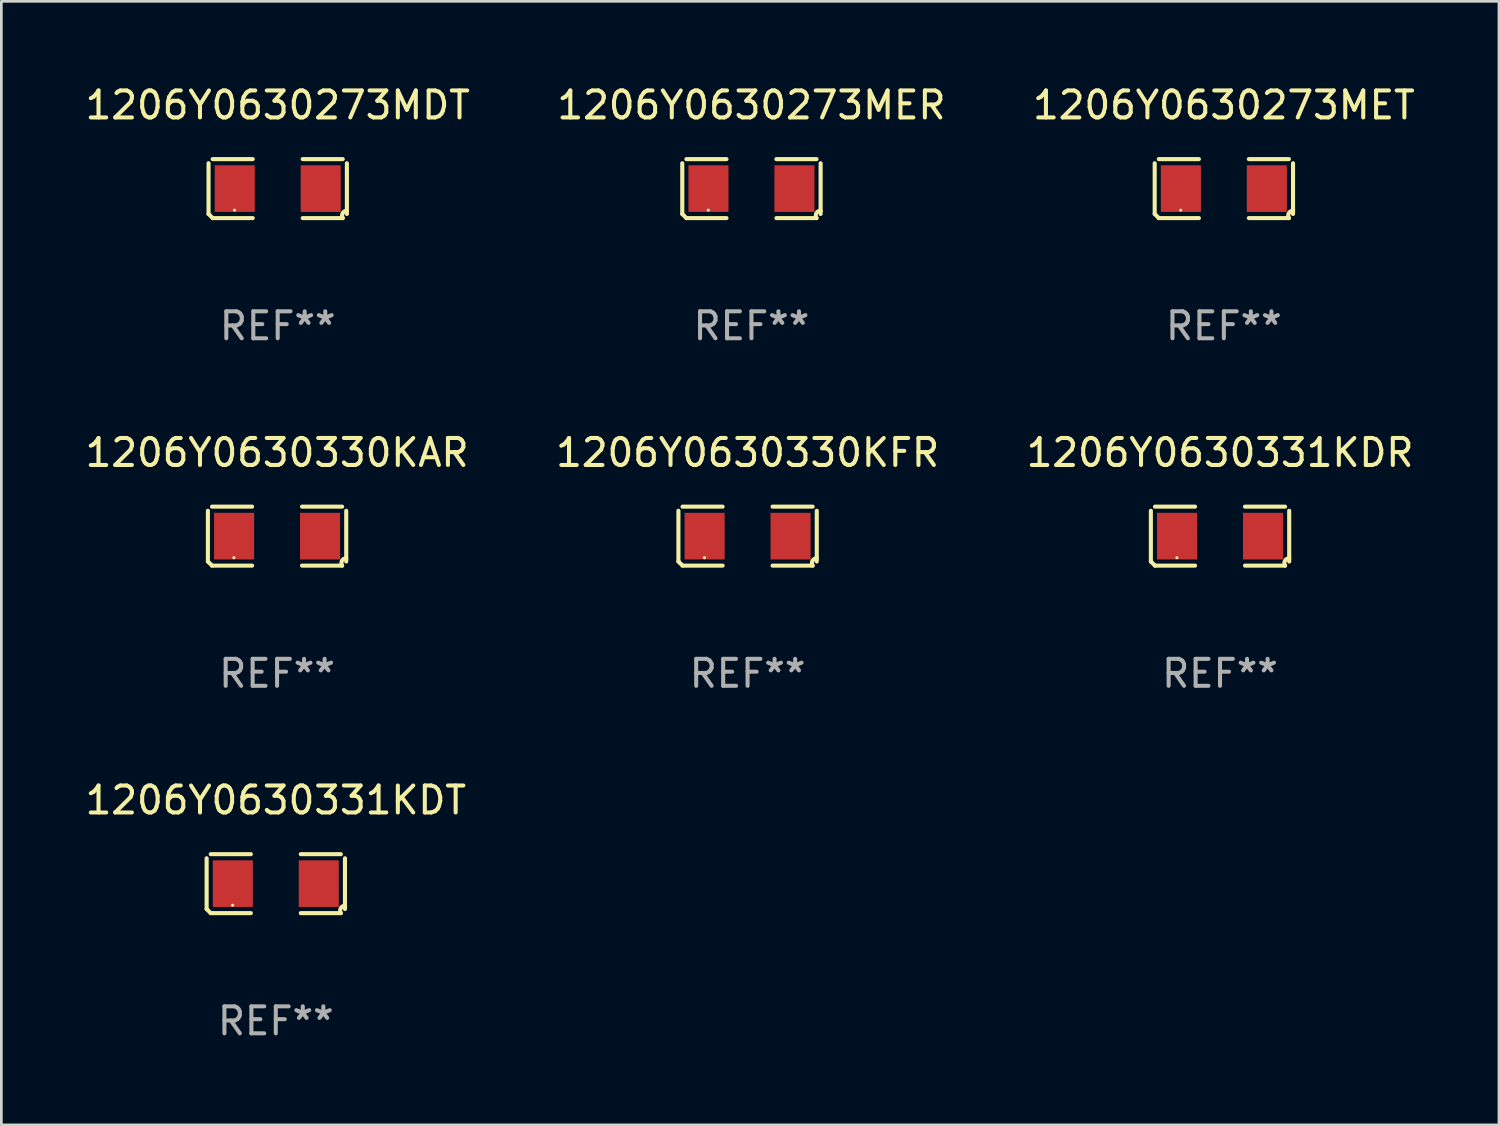
<source format=kicad_pcb>
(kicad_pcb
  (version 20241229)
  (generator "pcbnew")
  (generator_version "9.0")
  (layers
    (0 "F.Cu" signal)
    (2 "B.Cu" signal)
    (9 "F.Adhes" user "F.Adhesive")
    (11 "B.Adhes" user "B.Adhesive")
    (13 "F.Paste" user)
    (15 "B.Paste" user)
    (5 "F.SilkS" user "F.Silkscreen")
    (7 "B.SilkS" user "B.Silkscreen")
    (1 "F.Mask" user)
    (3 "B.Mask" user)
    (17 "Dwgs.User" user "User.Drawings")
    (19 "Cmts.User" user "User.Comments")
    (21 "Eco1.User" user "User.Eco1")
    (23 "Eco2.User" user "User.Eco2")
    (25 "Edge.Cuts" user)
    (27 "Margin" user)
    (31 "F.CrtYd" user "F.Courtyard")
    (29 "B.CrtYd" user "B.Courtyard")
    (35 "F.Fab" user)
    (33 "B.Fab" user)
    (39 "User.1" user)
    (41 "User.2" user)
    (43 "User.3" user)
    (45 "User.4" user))
  (footprint "1206Y0630273MDT"
    (layer "F.Cu")
    (at 7.244 3.941)
    (property "Reference" "1206Y0630273MDT" (at 0 -3.093 0) (layer "F.SilkS") (effects (font (size 1 1) (thickness 0.15))))
    (attr through_hole)
    (fp_line (start -2.564 0.94) (end -2.564 -0.94) (stroke (width 0.152) (type solid)) (layer "F.SilkS"))
    (fp_line (start -2.411 -1.093) (end -0.926 -1.093) (stroke (width 0.152) (type solid)) (layer "F.SilkS"))
    (fp_line (start -0.926 1.093) (end -2.411 1.093) (stroke (width 0.152) (type solid)) (layer "F.SilkS"))
    (fp_line (start 0.926 1.093) (end 2.411 1.093) (stroke (width 0.152) (type solid)) (layer "F.SilkS"))
    (fp_line (start 2.411 -1.093) (end 0.926 -1.093) (stroke (width 0.152) (type solid)) (layer "F.SilkS"))
    (fp_line (start 2.564 0.94) (end 2.564 -0.94) (stroke (width 0.152) (type solid)) (layer "F.SilkS"))
    (fp_arc (start -2.411201 1.092609) (mid -2.487413 1.01642) (end -2.563602 0.940208) (stroke (width 0.1524) (type solid)) (layer "F.SilkS"))
    (fp_arc (start 2.411201 1.092609) (mid 2.407159 0.911226) (end 2.563602 0.819347) (stroke (width 0.1524) (type solid)) (layer "F.SilkS"))
    (fp_circle (center -1.6 0.8) (end -1.57 0.8) (stroke (width 0.06) (type solid)) (fill no) (layer "F.SilkS"))
    (fp_text user "REF**" (at 0 5.093 0) (layer "F.Fab") (effects (font (size 1 1) (thickness 0.15))))
    (pad "1" smd rect (at -1.593 0) (size 1.485 1.728) (layers "F.Cu" "F.Mask" "F.Paste"))
    (pad "2" smd rect (at 1.593 0) (size 1.485 1.728) (layers "F.Cu" "F.Mask" "F.Paste")))
  (footprint "1206Y0630330KFR"
    (layer "F.Cu")
    (at 24.661 16.823)
    (property "Reference" "1206Y0630330KFR" (at 0 -3.093 0) (layer "F.SilkS") (effects (font (size 1 1) (thickness 0.15))))
    (attr through_hole)
    (fp_line (start -2.564 0.94) (end -2.564 -0.94) (stroke (width 0.152) (type solid)) (layer "F.SilkS"))
    (fp_line (start -2.411 -1.093) (end -0.926 -1.093) (stroke (width 0.152) (type solid)) (layer "F.SilkS"))
    (fp_line (start -0.926 1.093) (end -2.411 1.093) (stroke (width 0.152) (type solid)) (layer "F.SilkS"))
    (fp_line (start 0.926 1.093) (end 2.411 1.093) (stroke (width 0.152) (type solid)) (layer "F.SilkS"))
    (fp_line (start 2.411 -1.093) (end 0.926 -1.093) (stroke (width 0.152) (type solid)) (layer "F.SilkS"))
    (fp_line (start 2.564 0.94) (end 2.564 -0.94) (stroke (width 0.152) (type solid)) (layer "F.SilkS"))
    (fp_arc (start -2.411201 1.092609) (mid -2.487413 1.01642) (end -2.563602 0.940208) (stroke (width 0.1524) (type solid)) (layer "F.SilkS"))
    (fp_arc (start 2.411201 1.092609) (mid 2.407159 0.911226) (end 2.563602 0.819347) (stroke (width 0.1524) (type solid)) (layer "F.SilkS"))
    (fp_circle (center -1.6 0.8) (end -1.57 0.8) (stroke (width 0.06) (type solid)) (fill no) (layer "F.SilkS"))
    (fp_text user "REF**" (at 0 5.093 0) (layer "F.Fab") (effects (font (size 1 1) (thickness 0.15))))
    (pad "1" smd rect (at -1.593 0) (size 1.485 1.728) (layers "F.Cu" "F.Mask" "F.Paste"))
    (pad "2" smd rect (at 1.593 0) (size 1.485 1.728) (layers "F.Cu" "F.Mask" "F.Paste")))
  (footprint "1206Y0630330KAR"
    (layer "F.Cu")
    (at 7.22 16.823)
    (property "Reference" "1206Y0630330KAR" (at 0 -3.093 0) (layer "F.SilkS") (effects (font (size 1 1) (thickness 0.15))))
    (attr through_hole)
    (fp_line (start -2.564 0.94) (end -2.564 -0.94) (stroke (width 0.152) (type solid)) (layer "F.SilkS"))
    (fp_line (start -2.411 -1.093) (end -0.926 -1.093) (stroke (width 0.152) (type solid)) (layer "F.SilkS"))
    (fp_line (start -0.926 1.093) (end -2.411 1.093) (stroke (width 0.152) (type solid)) (layer "F.SilkS"))
    (fp_line (start 0.926 1.093) (end 2.411 1.093) (stroke (width 0.152) (type solid)) (layer "F.SilkS"))
    (fp_line (start 2.411 -1.093) (end 0.926 -1.093) (stroke (width 0.152) (type solid)) (layer "F.SilkS"))
    (fp_line (start 2.564 0.94) (end 2.564 -0.94) (stroke (width 0.152) (type solid)) (layer "F.SilkS"))
    (fp_arc (start -2.411201 1.092609) (mid -2.487413 1.01642) (end -2.563602 0.940208) (stroke (width 0.1524) (type solid)) (layer "F.SilkS"))
    (fp_arc (start 2.411201 1.092609) (mid 2.407159 0.911226) (end 2.563602 0.819347) (stroke (width 0.1524) (type solid)) (layer "F.SilkS"))
    (fp_circle (center -1.6 0.8) (end -1.57 0.8) (stroke (width 0.06) (type solid)) (fill no) (layer "F.SilkS"))
    (fp_text user "REF**" (at 0 5.093 0) (layer "F.Fab") (effects (font (size 1 1) (thickness 0.15))))
    (pad "1" smd rect (at -1.593 0) (size 1.485 1.728) (layers "F.Cu" "F.Mask" "F.Paste"))
    (pad "2" smd rect (at 1.593 0) (size 1.485 1.728) (layers "F.Cu" "F.Mask" "F.Paste")))
  (footprint "1206Y0630331KDR"
    (layer "F.Cu")
    (at 42.173 16.823)
    (property "Reference" "1206Y0630331KDR" (at 0 -3.093 0) (layer "F.SilkS") (effects (font (size 1 1) (thickness 0.15))))
    (attr through_hole)
    (fp_line (start -2.564 0.94) (end -2.564 -0.94) (stroke (width 0.152) (type solid)) (layer "F.SilkS"))
    (fp_line (start -2.411 -1.093) (end -0.926 -1.093) (stroke (width 0.152) (type solid)) (layer "F.SilkS"))
    (fp_line (start -0.926 1.093) (end -2.411 1.093) (stroke (width 0.152) (type solid)) (layer "F.SilkS"))
    (fp_line (start 0.926 1.093) (end 2.411 1.093) (stroke (width 0.152) (type solid)) (layer "F.SilkS"))
    (fp_line (start 2.411 -1.093) (end 0.926 -1.093) (stroke (width 0.152) (type solid)) (layer "F.SilkS"))
    (fp_line (start 2.564 0.94) (end 2.564 -0.94) (stroke (width 0.152) (type solid)) (layer "F.SilkS"))
    (fp_arc (start -2.411201 1.092609) (mid -2.487413 1.01642) (end -2.563602 0.940208) (stroke (width 0.1524) (type solid)) (layer "F.SilkS"))
    (fp_arc (start 2.411201 1.092609) (mid 2.407159 0.911226) (end 2.563602 0.819347) (stroke (width 0.1524) (type solid)) (layer "F.SilkS"))
    (fp_circle (center -1.6 0.8) (end -1.57 0.8) (stroke (width 0.06) (type solid)) (fill no) (layer "F.SilkS"))
    (fp_text user "REF**" (at 0 5.093 0) (layer "F.Fab") (effects (font (size 1 1) (thickness 0.15))))
    (pad "1" smd rect (at -1.593 0) (size 1.485 1.728) (layers "F.Cu" "F.Mask" "F.Paste"))
    (pad "2" smd rect (at 1.593 0) (size 1.485 1.728) (layers "F.Cu" "F.Mask" "F.Paste")))
  (footprint "1206Y0630331KDT"
    (layer "F.Cu")
    (at 7.173 29.704)
    (property "Reference" "1206Y0630331KDT" (at 0 -3.093 0) (layer "F.SilkS") (effects (font (size 1 1) (thickness 0.15))))
    (attr through_hole)
    (fp_line (start -2.564 0.94) (end -2.564 -0.94) (stroke (width 0.152) (type solid)) (layer "F.SilkS"))
    (fp_line (start -2.411 -1.093) (end -0.926 -1.093) (stroke (width 0.152) (type solid)) (layer "F.SilkS"))
    (fp_line (start -0.926 1.093) (end -2.411 1.093) (stroke (width 0.152) (type solid)) (layer "F.SilkS"))
    (fp_line (start 0.926 1.093) (end 2.411 1.093) (stroke (width 0.152) (type solid)) (layer "F.SilkS"))
    (fp_line (start 2.411 -1.093) (end 0.926 -1.093) (stroke (width 0.152) (type solid)) (layer "F.SilkS"))
    (fp_line (start 2.564 0.94) (end 2.564 -0.94) (stroke (width 0.152) (type solid)) (layer "F.SilkS"))
    (fp_arc (start -2.411201 1.092609) (mid -2.487413 1.01642) (end -2.563602 0.940208) (stroke (width 0.1524) (type solid)) (layer "F.SilkS"))
    (fp_arc (start 2.411201 1.092609) (mid 2.407159 0.911226) (end 2.563602 0.819347) (stroke (width 0.1524) (type solid)) (layer "F.SilkS"))
    (fp_circle (center -1.6 0.8) (end -1.57 0.8) (stroke (width 0.06) (type solid)) (fill no) (layer "F.SilkS"))
    (fp_text user "REF**" (at 0 5.093 0) (layer "F.Fab") (effects (font (size 1 1) (thickness 0.15))))
    (pad "1" smd rect (at -1.593 0) (size 1.485 1.728) (layers "F.Cu" "F.Mask" "F.Paste"))
    (pad "2" smd rect (at 1.593 0) (size 1.485 1.728) (layers "F.Cu" "F.Mask" "F.Paste")))
  (footprint "1206Y0630273MER"
    (layer "F.Cu")
    (at 24.804 3.941)
    (property "Reference" "1206Y0630273MER" (at 0 -3.093 0) (layer "F.SilkS") (effects (font (size 1 1) (thickness 0.15))))
    (attr through_hole)
    (fp_line (start -2.564 0.94) (end -2.564 -0.94) (stroke (width 0.152) (type solid)) (layer "F.SilkS"))
    (fp_line (start -2.411 -1.093) (end -0.926 -1.093) (stroke (width 0.152) (type solid)) (layer "F.SilkS"))
    (fp_line (start -0.926 1.093) (end -2.411 1.093) (stroke (width 0.152) (type solid)) (layer "F.SilkS"))
    (fp_line (start 0.926 1.093) (end 2.411 1.093) (stroke (width 0.152) (type solid)) (layer "F.SilkS"))
    (fp_line (start 2.411 -1.093) (end 0.926 -1.093) (stroke (width 0.152) (type solid)) (layer "F.SilkS"))
    (fp_line (start 2.564 0.94) (end 2.564 -0.94) (stroke (width 0.152) (type solid)) (layer "F.SilkS"))
    (fp_arc (start -2.411201 1.092609) (mid -2.487413 1.01642) (end -2.563602 0.940208) (stroke (width 0.1524) (type solid)) (layer "F.SilkS"))
    (fp_arc (start 2.411201 1.092609) (mid 2.407159 0.911226) (end 2.563602 0.819347) (stroke (width 0.1524) (type solid)) (layer "F.SilkS"))
    (fp_circle (center -1.6 0.8) (end -1.57 0.8) (stroke (width 0.06) (type solid)) (fill no) (layer "F.SilkS"))
    (fp_text user "REF**" (at 0 5.093 0) (layer "F.Fab") (effects (font (size 1 1) (thickness 0.15))))
    (pad "1" smd rect (at -1.593 0) (size 1.485 1.728) (layers "F.Cu" "F.Mask" "F.Paste"))
    (pad "2" smd rect (at 1.593 0) (size 1.485 1.728) (layers "F.Cu" "F.Mask" "F.Paste")))
  (footprint "1206Y0630273MET"
    (layer "F.Cu")
    (at 42.315 3.941)
    (property "Reference" "1206Y0630273MET" (at 0 -3.093 0) (layer "F.SilkS") (effects (font (size 1 1) (thickness 0.15))))
    (attr through_hole)
    (fp_line (start -2.564 0.94) (end -2.564 -0.94) (stroke (width 0.152) (type solid)) (layer "F.SilkS"))
    (fp_line (start -2.411 -1.093) (end -0.926 -1.093) (stroke (width 0.152) (type solid)) (layer "F.SilkS"))
    (fp_line (start -0.926 1.093) (end -2.411 1.093) (stroke (width 0.152) (type solid)) (layer "F.SilkS"))
    (fp_line (start 0.926 1.093) (end 2.411 1.093) (stroke (width 0.152) (type solid)) (layer "F.SilkS"))
    (fp_line (start 2.411 -1.093) (end 0.926 -1.093) (stroke (width 0.152) (type solid)) (layer "F.SilkS"))
    (fp_line (start 2.564 0.94) (end 2.564 -0.94) (stroke (width 0.152) (type solid)) (layer "F.SilkS"))
    (fp_arc (start -2.411201 1.092609) (mid -2.487413 1.01642) (end -2.563602 0.940208) (stroke (width 0.1524) (type solid)) (layer "F.SilkS"))
    (fp_arc (start 2.411201 1.092609) (mid 2.407159 0.911226) (end 2.563602 0.819347) (stroke (width 0.1524) (type solid)) (layer "F.SilkS"))
    (fp_circle (center -1.6 0.8) (end -1.57 0.8) (stroke (width 0.06) (type solid)) (fill no) (layer "F.SilkS"))
    (fp_text user "REF**" (at 0 5.093 0) (layer "F.Fab") (effects (font (size 1 1) (thickness 0.15))))
    (pad "1" smd rect (at -1.593 0) (size 1.485 1.728) (layers "F.Cu" "F.Mask" "F.Paste"))
    (pad "2" smd rect (at 1.593 0) (size 1.485 1.728) (layers "F.Cu" "F.Mask" "F.Paste")))
  (gr_rect
    (start -3 -3)
    (end 52.512 38.645)
    (stroke (width 0.1) (type default))
    (fill no)
    (layer "Edge.Cuts")))
</source>
